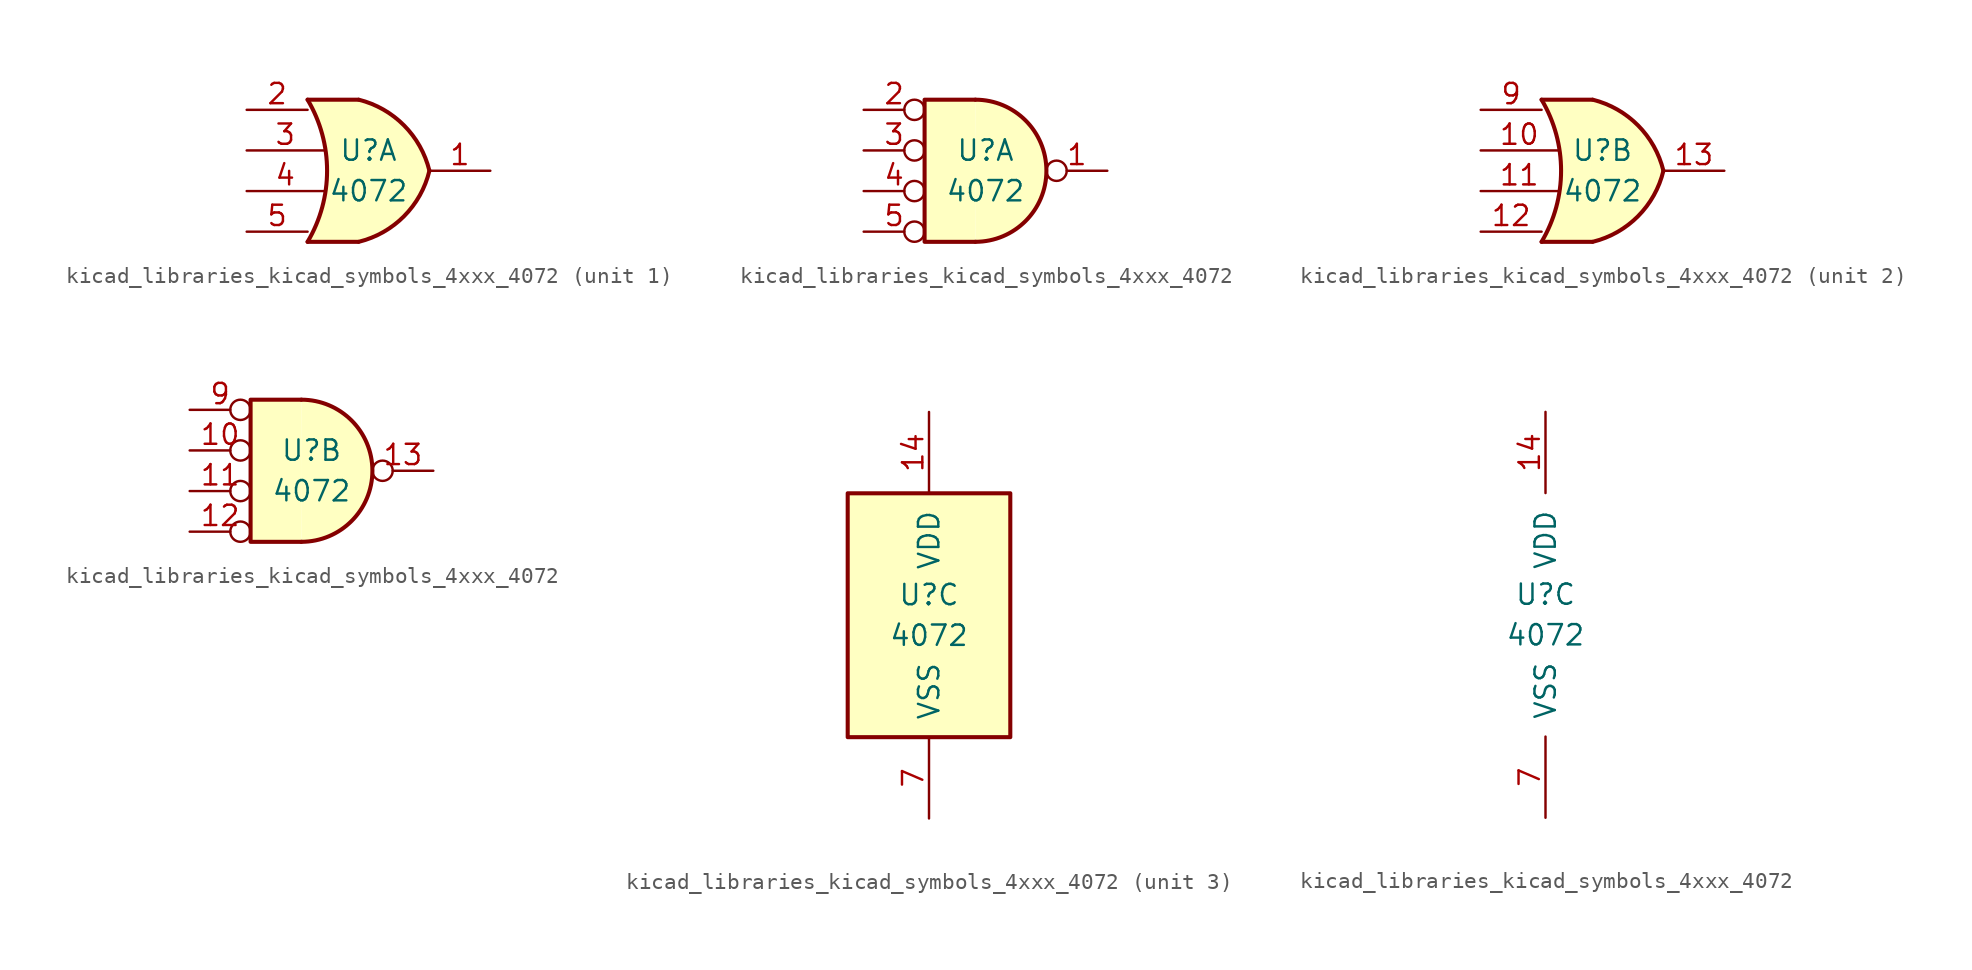
<source format=kicad_sym>
(kicad_symbol_lib
  (version 20220914)
  (generator kicad_symbol_editor)
  (symbol "kicad_libraries_kicad_symbols_4xxx_4072"
    (pin_names
      (offset 1.016))
    (property "Reference" "U"
      (at 0 1.27 0)
      (effects (font (size 1.27 1.27))))
    (property "Value" "4072"
      (at 0 -1.27 0)
      (effects (font (size 1.27 1.27))))
    (property "ki_locked" ""
      (at 0 0 0)
      (effects (font (size 1.27 1.27))))
    (symbol "kicad_libraries_kicad_symbols_4xxx_4072_1_1"
      (arc (start -3.81 -4.445) (mid -2.5908 0) (end -3.81 4.445) (stroke (width 0.254) (type default)) (fill (type none)))
      (arc (start -0.6096 -4.445) (mid 2.2246 -2.8422) (end 3.81 0) (stroke (width 0.254) (type default)) (fill (type background)))
      (polyline (pts (xy -3.81 -4.445) (xy -0.635 -4.445)) (stroke (width 0.254) (type default)) (fill (type background)))
      (polyline (pts (xy -3.81 4.445) (xy -0.635 4.445)) (stroke (width 0.254) (type default)) (fill (type background)))
      (polyline (pts (xy -0.635 4.445) (xy -3.81 4.445) (xy -3.81 4.445) (xy -3.632 4.089) (xy -3.099 2.921) (xy -2.769 1.676) (xy -2.616 0.432) (xy -2.642 -0.864) (xy -2.87 -2.108) (xy -3.251 -3.327) (xy -3.81 -4.445) (xy -3.81 -4.445) (xy -0.635 -4.445)) (stroke (width -25.4) (type default)) (fill (type background)))
      (arc (start 3.81 0) (mid 2.2204 2.8379) (end -0.6096 4.445) (stroke (width 0.254) (type default)) (fill (type background)))
      (pin output line (at 7.62 0 180) (length 3.81) (name "~" (effects (font (size 1.27 1.27)))) (number "1" (effects (font (size 1.27 1.27)))))
      (pin input line (at -7.62 3.81 0) (length 3.81) (name "~" (effects (font (size 1.27 1.27)))) (number "2" (effects (font (size 1.27 1.27)))))
      (pin input line (at -7.62 1.27 0) (length 4.826) (name "~" (effects (font (size 1.27 1.27)))) (number "3" (effects (font (size 1.27 1.27)))))
      (pin input line (at -7.62 -1.27 0) (length 4.826) (name "~" (effects (font (size 1.27 1.27)))) (number "4" (effects (font (size 1.27 1.27)))))
      (pin input line (at -7.62 -3.81 0) (length 3.81) (name "~" (effects (font (size 1.27 1.27)))) (number "5" (effects (font (size 1.27 1.27))))))
    (symbol "kicad_libraries_kicad_symbols_4xxx_4072_1_2"
      (arc (start -0.635 -4.445) (mid 3.7907 0) (end -0.635 4.445) (stroke (width 0.254) (type default)) (fill (type background)))
      (polyline (pts (xy -0.635 4.445) (xy -3.81 4.445) (xy -3.81 -4.445) (xy -0.635 -4.445)) (stroke (width 0.254) (type default)) (fill (type background)))
      (pin output inverted (at 7.62 0 180) (length 3.81) (name "~" (effects (font (size 1.27 1.27)))) (number "1" (effects (font (size 1.27 1.27)))))
      (pin input inverted (at -7.62 3.81 0) (length 3.81) (name "~" (effects (font (size 1.27 1.27)))) (number "2" (effects (font (size 1.27 1.27)))))
      (pin input inverted (at -7.62 1.27 0) (length 3.81) (name "~" (effects (font (size 1.27 1.27)))) (number "3" (effects (font (size 1.27 1.27)))))
      (pin input inverted (at -7.62 -1.27 0) (length 3.81) (name "~" (effects (font (size 1.27 1.27)))) (number "4" (effects (font (size 1.27 1.27)))))
      (pin input inverted (at -7.62 -3.81 0) (length 3.81) (name "~" (effects (font (size 1.27 1.27)))) (number "5" (effects (font (size 1.27 1.27))))))
    (symbol "kicad_libraries_kicad_symbols_4xxx_4072_2_1"
      (arc (start -3.81 -4.445) (mid -2.5908 0) (end -3.81 4.445) (stroke (width 0.254) (type default)) (fill (type none)))
      (arc (start -0.6096 -4.445) (mid 2.2246 -2.8422) (end 3.81 0) (stroke (width 0.254) (type default)) (fill (type background)))
      (polyline (pts (xy -3.81 -4.445) (xy -0.635 -4.445)) (stroke (width 0.254) (type default)) (fill (type background)))
      (polyline (pts (xy -3.81 4.445) (xy -0.635 4.445)) (stroke (width 0.254) (type default)) (fill (type background)))
      (polyline (pts (xy -0.635 4.445) (xy -3.81 4.445) (xy -3.81 4.445) (xy -3.632 4.089) (xy -3.099 2.921) (xy -2.769 1.676) (xy -2.616 0.432) (xy -2.642 -0.864) (xy -2.87 -2.108) (xy -3.251 -3.327) (xy -3.81 -4.445) (xy -3.81 -4.445) (xy -0.635 -4.445)) (stroke (width -25.4) (type default)) (fill (type background)))
      (arc (start 3.81 0) (mid 2.2204 2.8379) (end -0.6096 4.445) (stroke (width 0.254) (type default)) (fill (type background)))
      (pin input line (at -7.62 1.27 0) (length 4.826) (name "~" (effects (font (size 1.27 1.27)))) (number "10" (effects (font (size 1.27 1.27)))))
      (pin input line (at -7.62 -1.27 0) (length 4.826) (name "~" (effects (font (size 1.27 1.27)))) (number "11" (effects (font (size 1.27 1.27)))))
      (pin input line (at -7.62 -3.81 0) (length 3.81) (name "~" (effects (font (size 1.27 1.27)))) (number "12" (effects (font (size 1.27 1.27)))))
      (pin output line (at 7.62 0 180) (length 3.81) (name "~" (effects (font (size 1.27 1.27)))) (number "13" (effects (font (size 1.27 1.27)))))
      (pin input line (at -7.62 3.81 0) (length 3.81) (name "~" (effects (font (size 1.27 1.27)))) (number "9" (effects (font (size 1.27 1.27))))))
    (symbol "kicad_libraries_kicad_symbols_4xxx_4072_2_2"
      (arc (start -0.635 -4.445) (mid 3.7907 0) (end -0.635 4.445) (stroke (width 0.254) (type default)) (fill (type background)))
      (polyline (pts (xy -0.635 4.445) (xy -3.81 4.445) (xy -3.81 -4.445) (xy -0.635 -4.445)) (stroke (width 0.254) (type default)) (fill (type background)))
      (pin input inverted (at -7.62 1.27 0) (length 3.81) (name "~" (effects (font (size 1.27 1.27)))) (number "10" (effects (font (size 1.27 1.27)))))
      (pin input inverted (at -7.62 -1.27 0) (length 3.81) (name "~" (effects (font (size 1.27 1.27)))) (number "11" (effects (font (size 1.27 1.27)))))
      (pin input inverted (at -7.62 -3.81 0) (length 3.81) (name "~" (effects (font (size 1.27 1.27)))) (number "12" (effects (font (size 1.27 1.27)))))
      (pin output inverted (at 7.62 0 180) (length 3.81) (name "~" (effects (font (size 1.27 1.27)))) (number "13" (effects (font (size 1.27 1.27)))))
      (pin input inverted (at -7.62 3.81 0) (length 3.81) (name "~" (effects (font (size 1.27 1.27)))) (number "9" (effects (font (size 1.27 1.27))))))
    (symbol "kicad_libraries_kicad_symbols_4xxx_4072_3_0"
      (pin power_in line (at 0 12.7 270) (length 5.08) (name "VDD" (effects (font (size 1.27 1.27)))) (number "14" (effects (font (size 1.27 1.27)))))
      (pin power_in line (at 0 -12.7 90) (length 5.08) (name "VSS" (effects (font (size 1.27 1.27)))) (number "7" (effects (font (size 1.27 1.27))))))
    (symbol "kicad_libraries_kicad_symbols_4xxx_4072_3_1"
      (rectangle (start -5.08 7.62) (end 5.08 -7.62) (stroke (width 0.254) (type default)) (fill (type background))))))
</source>
